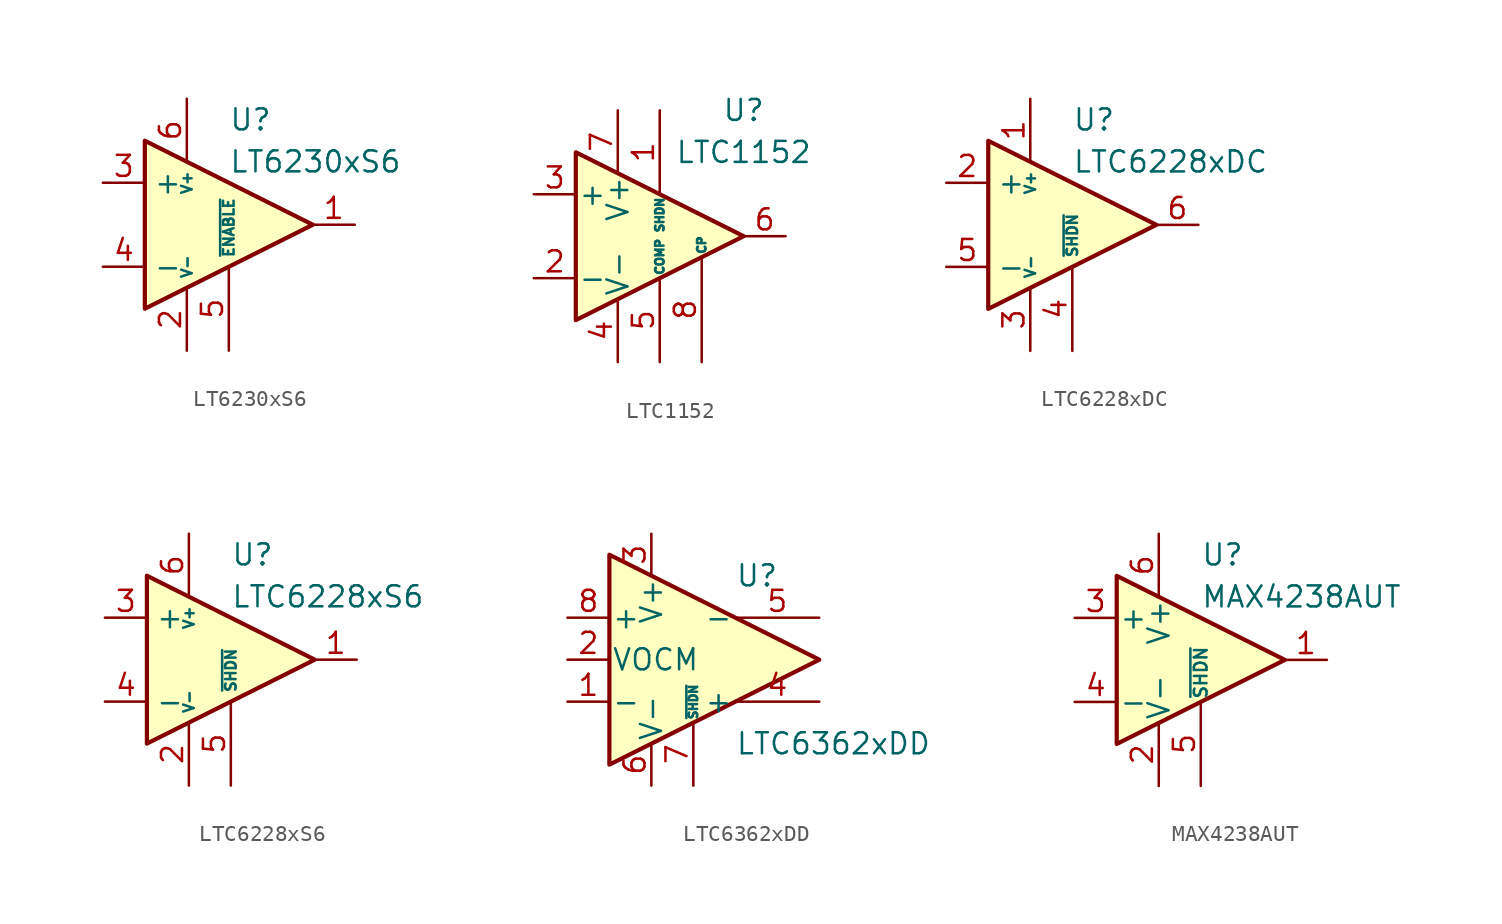
<source format=kicad_sym>
(kicad_symbol_lib
  (version 20231120)
  (generator "kicad_symbol_editor")
  (generator_version "8.0")
  (symbol "LT6230xS6"
    (property "Reference" "U"
      (at 0 6.35 0)
      (effects (font (size 1.27 1.27)) (justify left)))
    (property "Value" "LT6230xS6"
      (at 0 3.81 0)
      (effects (font (size 1.27 1.27)) (justify left)))
    (symbol "LT6230xS6_1_1"
      (polyline (pts (xy -5.08 5.08) (xy 5.08 0) (xy -5.08 -5.08) (xy -5.08 5.08)) (stroke (width 0.254) (type default)) (fill (type background)))
      (pin output line (at 7.62 0 180) (length 2.54) (name "~" (effects (font (size 1.27 1.27)))) (number "1" (effects (font (size 1.27 1.27)))))
      (pin power_in line (at -2.54 -7.62 90) (length 3.81) (name "V-" (effects (font (size 0.635 0.635)))) (number "2" (effects (font (size 1.27 1.27)))))
      (pin input line (at -7.62 2.54 0) (length 2.54) (name "+" (effects (font (size 1.27 1.27)))) (number "3" (effects (font (size 1.27 1.27)))))
      (pin input line (at -7.62 -2.54 0) (length 2.54) (name "-" (effects (font (size 1.27 1.27)))) (number "4" (effects (font (size 1.27 1.27)))))
      (pin input line (at 0 -7.62 90) (length 5.08) (name "~{ENABLE}" (effects (font (size 0.635 0.635)))) (number "5" (effects (font (size 1.27 1.27)))))
      (pin power_in line (at -2.54 7.62 270) (length 3.81) (name "V+" (effects (font (size 0.635 0.635)))) (number "6" (effects (font (size 1.27 1.27)))))))
  (symbol "LTC1152"
    (pin_names
      (offset 0.127))
    (property "Reference" "U"
      (at 5.08 7.62 0)
      (effects (font (size 1.27 1.27))))
    (property "Value" "LTC1152"
      (at 5.08 5.08 0)
      (effects (font (size 1.27 1.27))))
    (symbol "LTC1152_0_1"
      (polyline (pts (xy -5.08 5.08) (xy -5.08 -5.08) (xy 5.08 0) (xy -5.08 5.08)) (stroke (width 0.254) (type default)) (fill (type background))))
    (symbol "LTC1152_1_1"
      (pin input line (at 0 7.62 270) (length 5.08) (name "SHDN" (effects (font (size 0.508 0.508)))) (number "1" (effects (font (size 1.27 1.27)))))
      (pin input line (at -7.62 -2.54 0) (length 2.54) (name "-" (effects (font (size 1.27 1.27)))) (number "2" (effects (font (size 1.27 1.27)))))
      (pin input line (at -7.62 2.54 0) (length 2.54) (name "+" (effects (font (size 1.27 1.27)))) (number "3" (effects (font (size 1.27 1.27)))))
      (pin power_in line (at -2.54 -7.62 90) (length 3.81) (name "V-" (effects (font (size 1.27 1.27)))) (number "4" (effects (font (size 1.27 1.27)))))
      (pin input line (at 0 -7.62 90) (length 5.08) (name "COMP" (effects (font (size 0.508 0.508)))) (number "5" (effects (font (size 1.27 1.27)))))
      (pin output line (at 7.62 0 180) (length 2.54) (name "~" (effects (font (size 1.27 1.27)))) (number "6" (effects (font (size 1.27 1.27)))))
      (pin power_in line (at -2.54 7.62 270) (length 3.81) (name "V+" (effects (font (size 1.27 1.27)))) (number "7" (effects (font (size 1.27 1.27)))))
      (pin output line (at 2.54 -7.62 90) (length 6.35) (name "CP" (effects (font (size 0.508 0.508)))) (number "8" (effects (font (size 1.27 1.27)))))))
  (symbol "LTC6228xDC"
    (property "Reference" "U"
      (at 0 6.35 0)
      (effects (font (size 1.27 1.27)) (justify left)))
    (property "Value" "LTC6228xDC"
      (at 0 3.81 0)
      (effects (font (size 1.27 1.27)) (justify left)))
    (symbol "LTC6228xDC_0_1"
      (polyline (pts (xy 5.08 0) (xy -5.08 5.08) (xy -5.08 -5.08) (xy 5.08 0)) (stroke (width 0.254) (type default)) (fill (type background))))
    (symbol "LTC6228xDC_1_1"
      (pin power_in line (at -2.54 7.62 270) (length 3.81) (name "V+" (effects (font (size 0.635 0.635)))) (number "1" (effects (font (size 1.27 1.27)))))
      (pin input line (at -7.62 2.54 0) (length 2.54) (name "+" (effects (font (size 1.27 1.27)))) (number "2" (effects (font (size 1.27 1.27)))))
      (pin power_in line (at -2.54 -7.62 90) (length 3.81) (name "V-" (effects (font (size 0.635 0.635)))) (number "3" (effects (font (size 1.27 1.27)))))
      (pin input line (at 0 -7.62 90) (length 5.08) (name "~{SHDN}" (effects (font (size 0.635 0.635)))) (number "4" (effects (font (size 1.27 1.27)))))
      (pin input line (at -7.62 -2.54 0) (length 2.54) (name "-" (effects (font (size 1.27 1.27)))) (number "5" (effects (font (size 1.27 1.27)))))
      (pin output line (at 7.62 0 180) (length 2.54) (name "~" (effects (font (size 1.27 1.27)))) (number "6" (effects (font (size 1.27 1.27)))))
      (pin passive line (at -2.54 -7.62 90) (length 3.81) hide (name "V-" (effects (font (size 0.635 0.635)))) (number "7" (effects (font (size 1.27 1.27)))))))
  (symbol "LTC6228xS6"
    (property "Reference" "U"
      (at 0 6.35 0)
      (effects (font (size 1.27 1.27)) (justify left)))
    (property "Value" "LTC6228xS6"
      (at 0 3.81 0)
      (effects (font (size 1.27 1.27)) (justify left)))
    (symbol "LTC6228xS6_0_1"
      (polyline (pts (xy 5.08 0) (xy -5.08 5.08) (xy -5.08 -5.08) (xy 5.08 0)) (stroke (width 0.254) (type default)) (fill (type background))))
    (symbol "LTC6228xS6_1_1"
      (pin output line (at 7.62 0 180) (length 2.54) (name "~" (effects (font (size 1.27 1.27)))) (number "1" (effects (font (size 1.27 1.27)))))
      (pin power_in line (at -2.54 -7.62 90) (length 3.81) (name "V-" (effects (font (size 0.635 0.635)))) (number "2" (effects (font (size 1.27 1.27)))))
      (pin input line (at -7.62 2.54 0) (length 2.54) (name "+" (effects (font (size 1.27 1.27)))) (number "3" (effects (font (size 1.27 1.27)))))
      (pin input line (at -7.62 -2.54 0) (length 2.54) (name "-" (effects (font (size 1.27 1.27)))) (number "4" (effects (font (size 1.27 1.27)))))
      (pin input line (at 0 -7.62 90) (length 5.08) (name "~{SHDN}" (effects (font (size 0.635 0.635)))) (number "5" (effects (font (size 1.27 1.27)))))
      (pin power_in line (at -2.54 7.62 270) (length 3.81) (name "V+" (effects (font (size 0.635 0.635)))) (number "6" (effects (font (size 1.27 1.27)))))))
  (symbol "LTC6362xDD"
    (pin_names
      (offset 0.127))
    (property "Reference" "U"
      (at 2.54 5.08 0)
      (effects (font (size 1.27 1.27)) (justify left)))
    (property "Value" "LTC6362xDD"
      (at 2.54 -5.08 0)
      (effects (font (size 1.27 1.27)) (justify left)))
    (symbol "LTC6362xDD_0_1"
      (polyline (pts (xy -5.08 6.35) (xy -5.08 -6.35) (xy 7.62 0) (xy -5.08 6.35)) (stroke (width 0.254) (type default)) (fill (type background))))
    (symbol "LTC6362xDD_1_1"
      (pin input line (at -7.62 -2.54 0) (length 2.54) (name "-" (effects (font (size 1.27 1.27)))) (number "1" (effects (font (size 1.27 1.27)))))
      (pin input line (at -7.62 0 0) (length 2.54) (name "VOCM" (effects (font (size 1.27 1.27)))) (number "2" (effects (font (size 1.27 1.27)))))
      (pin power_in line (at -2.54 7.62 270) (length 2.54) (name "V+" (effects (font (size 1.27 1.27)))) (number "3" (effects (font (size 1.27 1.27)))))
      (pin output line (at 7.62 -2.54 180) (length 5.08) (name "+" (effects (font (size 1.27 1.27)))) (number "4" (effects (font (size 1.27 1.27)))))
      (pin output line (at 7.62 2.54 180) (length 5.08) (name "-" (effects (font (size 1.27 1.27)))) (number "5" (effects (font (size 1.27 1.27)))))
      (pin power_in line (at -2.54 -7.62 90) (length 2.54) (name "V-" (effects (font (size 1.27 1.27)))) (number "6" (effects (font (size 1.27 1.27)))))
      (pin input line (at 0 -7.62 90) (length 3.81) (name "~{SHDN}" (effects (font (size 0.508 0.508)))) (number "7" (effects (font (size 1.27 1.27)))))
      (pin input line (at -7.62 2.54 0) (length 2.54) (name "+" (effects (font (size 1.27 1.27)))) (number "8" (effects (font (size 1.27 1.27)))))
      (pin passive line (at -2.54 -7.62 90) (length 2.54) hide (name "V-" (effects (font (size 1.27 1.27)))) (number "9" (effects (font (size 1.27 1.27)))))))
  (symbol "MAX4238AUT"
    (pin_names
      (offset 0.127))
    (property "Reference" "U"
      (at 0 6.35 0)
      (effects (font (size 1.27 1.27)) (justify left)))
    (property "Value" "MAX4238AUT"
      (at 0 3.81 0)
      (effects (font (size 1.27 1.27)) (justify left)))
    (symbol "MAX4238AUT_0_1"
      (polyline (pts (xy -5.08 5.08) (xy 5.08 0) (xy -5.08 -5.08) (xy -5.08 5.08)) (stroke (width 0.254) (type default)) (fill (type background))))
    (symbol "MAX4238AUT_1_1"
      (pin output line (at 7.62 0 180) (length 2.54) (name "~" (effects (font (size 1.27 1.27)))) (number "1" (effects (font (size 1.27 1.27)))))
      (pin power_in line (at -2.54 -7.62 90) (length 3.81) (name "V-" (effects (font (size 1.27 1.27)))) (number "2" (effects (font (size 1.27 1.27)))))
      (pin input line (at -7.62 2.54 0) (length 2.54) (name "+" (effects (font (size 1.27 1.27)))) (number "3" (effects (font (size 1.27 1.27)))))
      (pin input line (at -7.62 -2.54 0) (length 2.54) (name "-" (effects (font (size 1.27 1.27)))) (number "4" (effects (font (size 1.27 1.27)))))
      (pin input line (at 0 -7.62 90) (length 5.08) (name "~{SHDN}" (effects (font (size 0.762 0.762)))) (number "5" (effects (font (size 1.27 1.27)))))
      (pin power_in line (at -2.54 7.62 270) (length 3.81) (name "V+" (effects (font (size 1.27 1.27)))) (number "6" (effects (font (size 1.27 1.27))))))))
</source>
